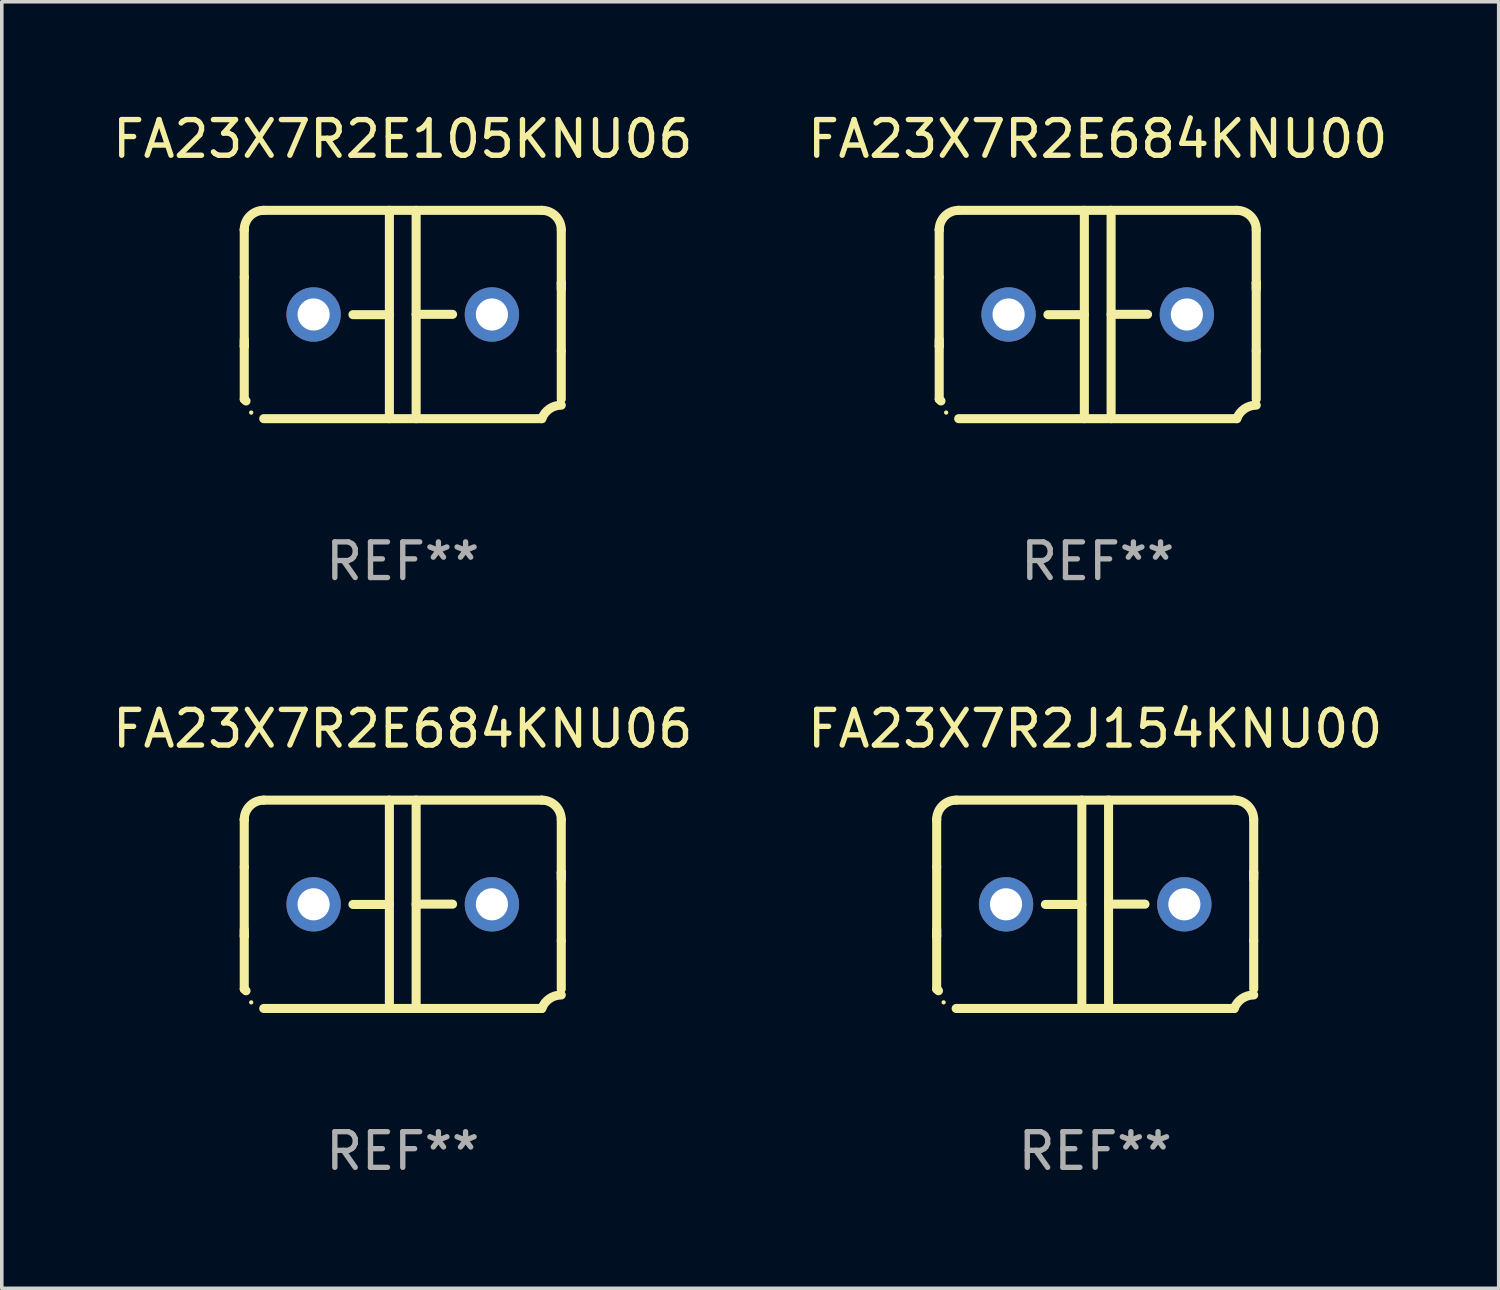
<source format=kicad_pcb>
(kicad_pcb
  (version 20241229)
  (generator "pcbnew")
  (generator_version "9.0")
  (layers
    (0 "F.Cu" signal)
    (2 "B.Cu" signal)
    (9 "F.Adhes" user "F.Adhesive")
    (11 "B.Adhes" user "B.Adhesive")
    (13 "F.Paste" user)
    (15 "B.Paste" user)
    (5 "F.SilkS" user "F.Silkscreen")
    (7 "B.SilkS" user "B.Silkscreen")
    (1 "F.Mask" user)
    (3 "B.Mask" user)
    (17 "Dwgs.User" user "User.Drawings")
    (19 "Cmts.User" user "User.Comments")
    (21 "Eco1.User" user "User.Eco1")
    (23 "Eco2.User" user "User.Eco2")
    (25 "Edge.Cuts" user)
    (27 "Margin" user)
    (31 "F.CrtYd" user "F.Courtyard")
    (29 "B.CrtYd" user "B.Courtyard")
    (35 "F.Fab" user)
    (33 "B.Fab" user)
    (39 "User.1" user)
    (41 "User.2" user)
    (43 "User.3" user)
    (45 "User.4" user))
  (footprint "FA23X7R2E684KNU06"
    (layer "F.Cu")
    (at 8.244 22.308)
    (property "Reference" "FA23X7R2E684KNU06" (at 0 -4.921 0) (layer "F.SilkS") (effects (font (size 1 1) (thickness 0.15))))
    (attr through_hole)
    (fp_line (start -4.445 2.375) (end -4.445 0.889) (stroke (width 0.254) (type solid)) (layer "F.SilkS"))
    (fp_line (start -4.445 -2.375) (end -4.445 -2.375) (stroke (width 0.254) (type solid)) (layer "F.SilkS"))
    (fp_line (start -4.445 -1.045) (end -4.445 -2.375) (stroke (width 0.254) (type solid)) (layer "F.SilkS"))
    (fp_line (start -4.445 -1.045) (end -4.445 0.889) (stroke (width 0.254) (type solid)) (layer "F.SilkS"))
    (fp_line (start -4.445 0.889) (end -4.445 0.708) (stroke (width 0.254) (type solid)) (layer "F.SilkS"))
    (fp_line (start -3.899 -2.921) (end 3.899 -2.921) (stroke (width 0.254) (type solid)) (layer "F.SilkS"))
    (fp_line (start -0.375 0.004) (end -1.397 0.004) (stroke (width 0.254) (type solid)) (layer "F.SilkS"))
    (fp_line (start -0.375 2.921) (end -0.375 -2.921) (stroke (width 0.254) (type solid)) (layer "F.SilkS"))
    (fp_line (start 0.375 -2.921) (end 0.375 2.921) (stroke (width 0.254) (type solid)) (layer "F.SilkS"))
    (fp_line (start 0.375 -0.004) (end 1.397 -0.004) (stroke (width 0.254) (type solid)) (layer "F.SilkS"))
    (fp_line (start 3.899 2.921) (end -3.899 2.921) (stroke (width 0.254) (type solid)) (layer "F.SilkS"))
    (fp_line (start 4.445 -0.889) (end 4.445 -0.708) (stroke (width 0.254) (type solid)) (layer "F.SilkS"))
    (fp_line (start 4.445 -0.889) (end 4.445 1.02) (stroke (width 0.254) (type solid)) (layer "F.SilkS"))
    (fp_line (start 4.445 1.02) (end 4.445 2.375) (stroke (width 0.254) (type solid)) (layer "F.SilkS"))
    (fp_line (start 4.445 -2.375) (end 4.445 -0.889) (stroke (width 0.254) (type solid)) (layer "F.SilkS"))
    (fp_arc (start -4.445034 -2.374778) (mid -4.285049 -2.761028) (end -3.898806 -2.921031) (stroke (width 0.254001) (type solid)) (layer "F.SilkS"))
    (fp_arc (start -4.445034 2.374803) (mid -4.4201 2.399713) (end -4.395166 2.424624) (stroke (width 0.254001) (type solid)) (layer "F.SilkS"))
    (fp_arc (start 3.898781 -2.921031) (mid 4.285035 -2.76105) (end 4.445034 -2.374803) (stroke (width 0.254001) (type solid)) (layer "F.SilkS"))
    (fp_arc (start 3.898806 2.921031) (mid 4.112864 2.64665) (end 4.445037 2.542888) (stroke (width 0.254001) (type solid)) (layer "F.SilkS"))
    (fp_circle (center -4.25 2.75) (end -4.22 2.75) (stroke (width 0.06) (type solid)) (fill no) (layer "F.SilkS"))
    (fp_text user "REF**" (at 0 6.921 0) (layer "F.Fab") (effects (font (size 1 1) (thickness 0.15))))
    (pad "1" thru_hole circle (at -2.5 0) (size 1.524 1.524) (drill 0.9) (layers "*.Cu" "*.Mask"))
    (pad "2" thru_hole circle (at 2.5 0) (size 1.524 1.524) (drill 0.9) (layers "*.Cu" "*.Mask")))
  (footprint "FA23X7R2E684KNU00"
    (layer "F.Cu")
    (at 27.732 5.769)
    (property "Reference" "FA23X7R2E684KNU00" (at 0 -4.921 0) (layer "F.SilkS") (effects (font (size 1 1) (thickness 0.15))))
    (attr through_hole)
    (fp_line (start -4.445 2.375) (end -4.445 0.889) (stroke (width 0.254) (type solid)) (layer "F.SilkS"))
    (fp_line (start -4.445 -2.375) (end -4.445 -2.375) (stroke (width 0.254) (type solid)) (layer "F.SilkS"))
    (fp_line (start -4.445 -1.045) (end -4.445 -2.375) (stroke (width 0.254) (type solid)) (layer "F.SilkS"))
    (fp_line (start -4.445 -1.045) (end -4.445 0.889) (stroke (width 0.254) (type solid)) (layer "F.SilkS"))
    (fp_line (start -4.445 0.889) (end -4.445 0.708) (stroke (width 0.254) (type solid)) (layer "F.SilkS"))
    (fp_line (start -3.899 -2.921) (end 3.899 -2.921) (stroke (width 0.254) (type solid)) (layer "F.SilkS"))
    (fp_line (start -0.375 0.004) (end -1.397 0.004) (stroke (width 0.254) (type solid)) (layer "F.SilkS"))
    (fp_line (start -0.375 2.921) (end -0.375 -2.921) (stroke (width 0.254) (type solid)) (layer "F.SilkS"))
    (fp_line (start 0.375 -2.921) (end 0.375 2.921) (stroke (width 0.254) (type solid)) (layer "F.SilkS"))
    (fp_line (start 0.375 -0.004) (end 1.397 -0.004) (stroke (width 0.254) (type solid)) (layer "F.SilkS"))
    (fp_line (start 3.899 2.921) (end -3.899 2.921) (stroke (width 0.254) (type solid)) (layer "F.SilkS"))
    (fp_line (start 4.445 -0.889) (end 4.445 -0.708) (stroke (width 0.254) (type solid)) (layer "F.SilkS"))
    (fp_line (start 4.445 -0.889) (end 4.445 1.02) (stroke (width 0.254) (type solid)) (layer "F.SilkS"))
    (fp_line (start 4.445 1.02) (end 4.445 2.375) (stroke (width 0.254) (type solid)) (layer "F.SilkS"))
    (fp_line (start 4.445 -2.375) (end 4.445 -0.889) (stroke (width 0.254) (type solid)) (layer "F.SilkS"))
    (fp_arc (start -4.445034 -2.374778) (mid -4.285049 -2.761028) (end -3.898806 -2.921031) (stroke (width 0.254001) (type solid)) (layer "F.SilkS"))
    (fp_arc (start -4.445034 2.374803) (mid -4.4201 2.399713) (end -4.395166 2.424624) (stroke (width 0.254001) (type solid)) (layer "F.SilkS"))
    (fp_arc (start 3.898781 -2.921031) (mid 4.285035 -2.76105) (end 4.445034 -2.374803) (stroke (width 0.254001) (type solid)) (layer "F.SilkS"))
    (fp_arc (start 3.898806 2.921031) (mid 4.112864 2.64665) (end 4.445037 2.542888) (stroke (width 0.254001) (type solid)) (layer "F.SilkS"))
    (fp_circle (center -4.25 2.75) (end -4.22 2.75) (stroke (width 0.06) (type solid)) (fill no) (layer "F.SilkS"))
    (fp_text user "REF**" (at 0 6.921 0) (layer "F.Fab") (effects (font (size 1 1) (thickness 0.15))))
    (pad "1" thru_hole circle (at -2.5 0) (size 1.524 1.524) (drill 0.9) (layers "*.Cu" "*.Mask"))
    (pad "2" thru_hole circle (at 2.5 0) (size 1.524 1.524) (drill 0.9) (layers "*.Cu" "*.Mask")))
  (footprint "FA23X7R2E105KNU06"
    (layer "F.Cu")
    (at 8.244 5.769)
    (property "Reference" "FA23X7R2E105KNU06" (at 0 -4.921 0) (layer "F.SilkS") (effects (font (size 1 1) (thickness 0.15))))
    (attr through_hole)
    (fp_line (start -4.445 2.375) (end -4.445 0.889) (stroke (width 0.254) (type solid)) (layer "F.SilkS"))
    (fp_line (start -4.445 -2.375) (end -4.445 -2.375) (stroke (width 0.254) (type solid)) (layer "F.SilkS"))
    (fp_line (start -4.445 -1.045) (end -4.445 -2.375) (stroke (width 0.254) (type solid)) (layer "F.SilkS"))
    (fp_line (start -4.445 -1.045) (end -4.445 0.889) (stroke (width 0.254) (type solid)) (layer "F.SilkS"))
    (fp_line (start -4.445 0.889) (end -4.445 0.708) (stroke (width 0.254) (type solid)) (layer "F.SilkS"))
    (fp_line (start -3.899 -2.921) (end 3.899 -2.921) (stroke (width 0.254) (type solid)) (layer "F.SilkS"))
    (fp_line (start -0.375 0.004) (end -1.397 0.004) (stroke (width 0.254) (type solid)) (layer "F.SilkS"))
    (fp_line (start -0.375 2.921) (end -0.375 -2.921) (stroke (width 0.254) (type solid)) (layer "F.SilkS"))
    (fp_line (start 0.375 -2.921) (end 0.375 2.921) (stroke (width 0.254) (type solid)) (layer "F.SilkS"))
    (fp_line (start 0.375 -0.004) (end 1.397 -0.004) (stroke (width 0.254) (type solid)) (layer "F.SilkS"))
    (fp_line (start 3.899 2.921) (end -3.899 2.921) (stroke (width 0.254) (type solid)) (layer "F.SilkS"))
    (fp_line (start 4.445 -0.889) (end 4.445 -0.708) (stroke (width 0.254) (type solid)) (layer "F.SilkS"))
    (fp_line (start 4.445 -0.889) (end 4.445 1.02) (stroke (width 0.254) (type solid)) (layer "F.SilkS"))
    (fp_line (start 4.445 1.02) (end 4.445 2.375) (stroke (width 0.254) (type solid)) (layer "F.SilkS"))
    (fp_line (start 4.445 -2.375) (end 4.445 -0.889) (stroke (width 0.254) (type solid)) (layer "F.SilkS"))
    (fp_arc (start -4.445034 -2.374778) (mid -4.285049 -2.761028) (end -3.898806 -2.921031) (stroke (width 0.254001) (type solid)) (layer "F.SilkS"))
    (fp_arc (start -4.445034 2.374803) (mid -4.4201 2.399713) (end -4.395166 2.424624) (stroke (width 0.254001) (type solid)) (layer "F.SilkS"))
    (fp_arc (start 3.898781 -2.921031) (mid 4.285035 -2.76105) (end 4.445034 -2.374803) (stroke (width 0.254001) (type solid)) (layer "F.SilkS"))
    (fp_arc (start 3.898806 2.921031) (mid 4.112864 2.64665) (end 4.445037 2.542888) (stroke (width 0.254001) (type solid)) (layer "F.SilkS"))
    (fp_circle (center -4.25 2.75) (end -4.22 2.75) (stroke (width 0.06) (type solid)) (fill no) (layer "F.SilkS"))
    (fp_text user "REF**" (at 0 6.921 0) (layer "F.Fab") (effects (font (size 1 1) (thickness 0.15))))
    (pad "1" thru_hole circle (at -2.5 0) (size 1.524 1.524) (drill 0.9) (layers "*.Cu" "*.Mask"))
    (pad "2" thru_hole circle (at 2.5 0) (size 1.524 1.524) (drill 0.9) (layers "*.Cu" "*.Mask")))
  (footprint "FA23X7R2J154KNU00"
    (layer "F.Cu")
    (at 27.661 22.308)
    (property "Reference" "FA23X7R2J154KNU00" (at 0 -4.921 0) (layer "F.SilkS") (effects (font (size 1 1) (thickness 0.15))))
    (attr through_hole)
    (fp_line (start -4.445 2.375) (end -4.445 0.889) (stroke (width 0.254) (type solid)) (layer "F.SilkS"))
    (fp_line (start -4.445 -2.375) (end -4.445 -2.375) (stroke (width 0.254) (type solid)) (layer "F.SilkS"))
    (fp_line (start -4.445 -1.045) (end -4.445 -2.375) (stroke (width 0.254) (type solid)) (layer "F.SilkS"))
    (fp_line (start -4.445 -1.045) (end -4.445 0.889) (stroke (width 0.254) (type solid)) (layer "F.SilkS"))
    (fp_line (start -4.445 0.889) (end -4.445 0.708) (stroke (width 0.254) (type solid)) (layer "F.SilkS"))
    (fp_line (start -3.899 -2.921) (end 3.899 -2.921) (stroke (width 0.254) (type solid)) (layer "F.SilkS"))
    (fp_line (start -0.375 0.004) (end -1.397 0.004) (stroke (width 0.254) (type solid)) (layer "F.SilkS"))
    (fp_line (start -0.375 2.921) (end -0.375 -2.921) (stroke (width 0.254) (type solid)) (layer "F.SilkS"))
    (fp_line (start 0.375 -2.921) (end 0.375 2.921) (stroke (width 0.254) (type solid)) (layer "F.SilkS"))
    (fp_line (start 0.375 -0.004) (end 1.397 -0.004) (stroke (width 0.254) (type solid)) (layer "F.SilkS"))
    (fp_line (start 3.899 2.921) (end -3.899 2.921) (stroke (width 0.254) (type solid)) (layer "F.SilkS"))
    (fp_line (start 4.445 -0.889) (end 4.445 -0.708) (stroke (width 0.254) (type solid)) (layer "F.SilkS"))
    (fp_line (start 4.445 -0.889) (end 4.445 1.02) (stroke (width 0.254) (type solid)) (layer "F.SilkS"))
    (fp_line (start 4.445 1.02) (end 4.445 2.375) (stroke (width 0.254) (type solid)) (layer "F.SilkS"))
    (fp_line (start 4.445 -2.375) (end 4.445 -0.889) (stroke (width 0.254) (type solid)) (layer "F.SilkS"))
    (fp_arc (start -4.445034 -2.374778) (mid -4.285049 -2.761028) (end -3.898806 -2.921031) (stroke (width 0.254001) (type solid)) (layer "F.SilkS"))
    (fp_arc (start -4.445034 2.374803) (mid -4.4201 2.399713) (end -4.395166 2.424624) (stroke (width 0.254001) (type solid)) (layer "F.SilkS"))
    (fp_arc (start 3.898781 -2.921031) (mid 4.285035 -2.76105) (end 4.445034 -2.374803) (stroke (width 0.254001) (type solid)) (layer "F.SilkS"))
    (fp_arc (start 3.898806 2.921031) (mid 4.112864 2.64665) (end 4.445037 2.542888) (stroke (width 0.254001) (type solid)) (layer "F.SilkS"))
    (fp_circle (center -4.25 2.75) (end -4.22 2.75) (stroke (width 0.06) (type solid)) (fill no) (layer "F.SilkS"))
    (fp_text user "REF**" (at 0 6.921 0) (layer "F.Fab") (effects (font (size 1 1) (thickness 0.15))))
    (pad "1" thru_hole circle (at -2.5 0) (size 1.524 1.524) (drill 0.9) (layers "*.Cu" "*.Mask"))
    (pad "2" thru_hole circle (at 2.5 0) (size 1.524 1.524) (drill 0.9) (layers "*.Cu" "*.Mask")))
  (gr_rect
    (start -3 -3)
    (end 38.976 33.077)
    (stroke (width 0.1) (type default))
    (fill no)
    (layer "Edge.Cuts")))
</source>
